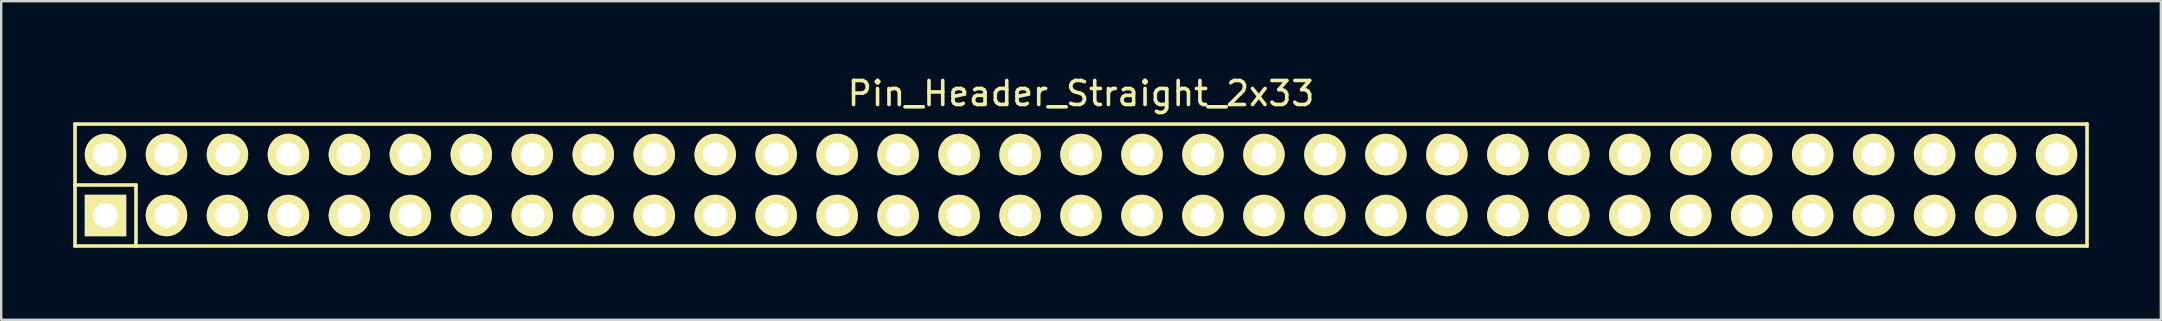
<source format=kicad_pcb>
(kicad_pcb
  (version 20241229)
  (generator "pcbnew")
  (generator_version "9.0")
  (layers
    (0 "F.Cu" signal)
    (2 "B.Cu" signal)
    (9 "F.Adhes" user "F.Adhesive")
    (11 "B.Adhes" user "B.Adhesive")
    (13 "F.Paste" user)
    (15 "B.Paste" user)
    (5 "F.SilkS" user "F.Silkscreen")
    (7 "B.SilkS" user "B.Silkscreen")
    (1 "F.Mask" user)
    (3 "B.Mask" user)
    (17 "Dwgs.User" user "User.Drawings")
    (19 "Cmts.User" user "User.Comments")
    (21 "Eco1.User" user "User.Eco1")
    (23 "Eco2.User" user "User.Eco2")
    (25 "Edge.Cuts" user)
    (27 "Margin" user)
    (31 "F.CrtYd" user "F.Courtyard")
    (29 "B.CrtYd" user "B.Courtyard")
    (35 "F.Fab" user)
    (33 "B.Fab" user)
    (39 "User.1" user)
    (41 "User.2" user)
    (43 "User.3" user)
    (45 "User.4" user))
  (footprint "Pin_Header_Straight_2x33"
    (layer "F.Cu")
    (at 41.985 4.658)
    (property "Reference" "Pin_Header_Straight_2x33" (at 0 -3.81 0) (layer "F.SilkS") (effects (font (size 1 1) (thickness 0.15))))
    (attr through_hole)
    (fp_line (start -41.91 -2.54) (end -41.91 0) (stroke (width 0.15) (type solid)) (layer "F.SilkS"))
    (fp_line (start -41.91 0) (end -39.37 0) (stroke (width 0.15) (type solid)) (layer "F.SilkS"))
    (fp_line (start -41.91 2.54) (end -41.91 0) (stroke (width 0.15) (type solid)) (layer "F.SilkS"))
    (fp_line (start -41.91 2.54) (end -39.37 2.54) (stroke (width 0.15) (type solid)) (layer "F.SilkS"))
    (fp_line (start -39.37 0) (end -39.37 2.54) (stroke (width 0.15) (type solid)) (layer "F.SilkS"))
    (fp_line (start -39.37 2.54) (end 41.91 2.54) (stroke (width 0.15) (type solid)) (layer "F.SilkS"))
    (fp_line (start 41.91 -2.54) (end -41.91 -2.54) (stroke (width 0.15) (type solid)) (layer "F.SilkS"))
    (fp_line (start 41.91 -2.54) (end 41.91 2.54) (stroke (width 0.15) (type solid)) (layer "F.SilkS"))
    (pad "1" thru_hole rect (at -40.64 1.27) (size 1.727 1.727) (drill 1.016) (layers "*.Cu" "*.Mask" "F.SilkS"))
    (pad "2" thru_hole oval (at -40.64 -1.27) (size 1.727 1.727) (drill 1.016) (layers "*.Cu" "*.Mask" "F.SilkS"))
    (pad "3" thru_hole oval (at -38.1 1.27) (size 1.727 1.727) (drill 1.016) (layers "*.Cu" "*.Mask" "F.SilkS"))
    (pad "4" thru_hole oval (at -38.1 -1.27) (size 1.727 1.727) (drill 1.016) (layers "*.Cu" "*.Mask" "F.SilkS"))
    (pad "5" thru_hole oval (at -35.56 1.27) (size 1.727 1.727) (drill 1.016) (layers "*.Cu" "*.Mask" "F.SilkS"))
    (pad "6" thru_hole oval (at -35.56 -1.27) (size 1.727 1.727) (drill 1.016) (layers "*.Cu" "*.Mask" "F.SilkS"))
    (pad "7" thru_hole oval (at -33.02 1.27) (size 1.727 1.727) (drill 1.016) (layers "*.Cu" "*.Mask" "F.SilkS"))
    (pad "8" thru_hole oval (at -33.02 -1.27) (size 1.727 1.727) (drill 1.016) (layers "*.Cu" "*.Mask" "F.SilkS"))
    (pad "9" thru_hole oval (at -30.48 1.27) (size 1.727 1.727) (drill 1.016) (layers "*.Cu" "*.Mask" "F.SilkS"))
    (pad "10" thru_hole oval (at -30.48 -1.27) (size 1.727 1.727) (drill 1.016) (layers "*.Cu" "*.Mask" "F.SilkS"))
    (pad "11" thru_hole oval (at -27.94 1.27) (size 1.727 1.727) (drill 1.016) (layers "*.Cu" "*.Mask" "F.SilkS"))
    (pad "12" thru_hole oval (at -27.94 -1.27) (size 1.727 1.727) (drill 1.016) (layers "*.Cu" "*.Mask" "F.SilkS"))
    (pad "13" thru_hole oval (at -25.4 1.27) (size 1.727 1.727) (drill 1.016) (layers "*.Cu" "*.Mask" "F.SilkS"))
    (pad "14" thru_hole oval (at -25.4 -1.27) (size 1.727 1.727) (drill 1.016) (layers "*.Cu" "*.Mask" "F.SilkS"))
    (pad "15" thru_hole oval (at -22.86 1.27) (size 1.727 1.727) (drill 1.016) (layers "*.Cu" "*.Mask" "F.SilkS"))
    (pad "16" thru_hole oval (at -22.86 -1.27) (size 1.727 1.727) (drill 1.016) (layers "*.Cu" "*.Mask" "F.SilkS"))
    (pad "17" thru_hole oval (at -20.32 1.27) (size 1.727 1.727) (drill 1.016) (layers "*.Cu" "*.Mask" "F.SilkS"))
    (pad "18" thru_hole oval (at -20.32 -1.27) (size 1.727 1.727) (drill 1.016) (layers "*.Cu" "*.Mask" "F.SilkS"))
    (pad "19" thru_hole oval (at -17.78 1.27) (size 1.727 1.727) (drill 1.016) (layers "*.Cu" "*.Mask" "F.SilkS"))
    (pad "20" thru_hole oval (at -17.78 -1.27) (size 1.727 1.727) (drill 1.016) (layers "*.Cu" "*.Mask" "F.SilkS"))
    (pad "21" thru_hole oval (at -15.24 1.27) (size 1.727 1.727) (drill 1.016) (layers "*.Cu" "*.Mask" "F.SilkS"))
    (pad "22" thru_hole oval (at -15.24 -1.27) (size 1.727 1.727) (drill 1.016) (layers "*.Cu" "*.Mask" "F.SilkS"))
    (pad "23" thru_hole oval (at -12.7 1.27) (size 1.727 1.727) (drill 1.016) (layers "*.Cu" "*.Mask" "F.SilkS"))
    (pad "24" thru_hole oval (at -12.7 -1.27) (size 1.727 1.727) (drill 1.016) (layers "*.Cu" "*.Mask" "F.SilkS"))
    (pad "25" thru_hole oval (at -10.16 1.27) (size 1.727 1.727) (drill 1.016) (layers "*.Cu" "*.Mask" "F.SilkS"))
    (pad "26" thru_hole oval (at -10.16 -1.27) (size 1.727 1.727) (drill 1.016) (layers "*.Cu" "*.Mask" "F.SilkS"))
    (pad "27" thru_hole oval (at -7.62 1.27) (size 1.727 1.727) (drill 1.016) (layers "*.Cu" "*.Mask" "F.SilkS"))
    (pad "28" thru_hole oval (at -7.62 -1.27) (size 1.727 1.727) (drill 1.016) (layers "*.Cu" "*.Mask" "F.SilkS"))
    (pad "29" thru_hole oval (at -5.08 1.27) (size 1.727 1.727) (drill 1.016) (layers "*.Cu" "*.Mask" "F.SilkS"))
    (pad "30" thru_hole oval (at -5.08 -1.27) (size 1.727 1.727) (drill 1.016) (layers "*.Cu" "*.Mask" "F.SilkS"))
    (pad "31" thru_hole oval (at -2.54 1.27) (size 1.727 1.727) (drill 1.016) (layers "*.Cu" "*.Mask" "F.SilkS"))
    (pad "32" thru_hole oval (at -2.54 -1.27) (size 1.727 1.727) (drill 1.016) (layers "*.Cu" "*.Mask" "F.SilkS"))
    (pad "33" thru_hole oval (at 0 1.27) (size 1.727 1.727) (drill 1.016) (layers "*.Cu" "*.Mask" "F.SilkS"))
    (pad "34" thru_hole oval (at 0 -1.27) (size 1.727 1.727) (drill 1.016) (layers "*.Cu" "*.Mask" "F.SilkS"))
    (pad "35" thru_hole oval (at 2.54 1.27) (size 1.727 1.727) (drill 1.016) (layers "*.Cu" "*.Mask" "F.SilkS"))
    (pad "36" thru_hole oval (at 2.54 -1.27) (size 1.727 1.727) (drill 1.016) (layers "*.Cu" "*.Mask" "F.SilkS"))
    (pad "37" thru_hole oval (at 5.08 1.27) (size 1.727 1.727) (drill 1.016) (layers "*.Cu" "*.Mask" "F.SilkS"))
    (pad "38" thru_hole oval (at 5.08 -1.27) (size 1.727 1.727) (drill 1.016) (layers "*.Cu" "*.Mask" "F.SilkS"))
    (pad "39" thru_hole oval (at 7.62 1.27) (size 1.727 1.727) (drill 1.016) (layers "*.Cu" "*.Mask" "F.SilkS"))
    (pad "40" thru_hole oval (at 7.62 -1.27) (size 1.727 1.727) (drill 1.016) (layers "*.Cu" "*.Mask" "F.SilkS"))
    (pad "41" thru_hole oval (at 10.16 1.27) (size 1.727 1.727) (drill 1.016) (layers "*.Cu" "*.Mask" "F.SilkS"))
    (pad "42" thru_hole oval (at 10.16 -1.27) (size 1.727 1.727) (drill 1.016) (layers "*.Cu" "*.Mask" "F.SilkS"))
    (pad "43" thru_hole oval (at 12.7 1.27) (size 1.727 1.727) (drill 1.016) (layers "*.Cu" "*.Mask" "F.SilkS"))
    (pad "44" thru_hole oval (at 12.7 -1.27) (size 1.727 1.727) (drill 1.016) (layers "*.Cu" "*.Mask" "F.SilkS"))
    (pad "45" thru_hole oval (at 15.24 1.27) (size 1.727 1.727) (drill 1.016) (layers "*.Cu" "*.Mask" "F.SilkS"))
    (pad "46" thru_hole oval (at 15.24 -1.27) (size 1.727 1.727) (drill 1.016) (layers "*.Cu" "*.Mask" "F.SilkS"))
    (pad "47" thru_hole oval (at 17.78 1.27) (size 1.727 1.727) (drill 1.016) (layers "*.Cu" "*.Mask" "F.SilkS"))
    (pad "48" thru_hole oval (at 17.78 -1.27) (size 1.727 1.727) (drill 1.016) (layers "*.Cu" "*.Mask" "F.SilkS"))
    (pad "49" thru_hole oval (at 20.32 1.27) (size 1.727 1.727) (drill 1.016) (layers "*.Cu" "*.Mask" "F.SilkS"))
    (pad "50" thru_hole oval (at 20.32 -1.27) (size 1.727 1.727) (drill 1.016) (layers "*.Cu" "*.Mask" "F.SilkS"))
    (pad "51" thru_hole oval (at 22.86 1.27) (size 1.727 1.727) (drill 1.016) (layers "*.Cu" "*.Mask" "F.SilkS"))
    (pad "52" thru_hole oval (at 22.86 -1.27) (size 1.727 1.727) (drill 1.016) (layers "*.Cu" "*.Mask" "F.SilkS"))
    (pad "53" thru_hole oval (at 25.4 1.27) (size 1.727 1.727) (drill 1.016) (layers "*.Cu" "*.Mask" "F.SilkS"))
    (pad "54" thru_hole oval (at 25.4 -1.27) (size 1.727 1.727) (drill 1.016) (layers "*.Cu" "*.Mask" "F.SilkS"))
    (pad "55" thru_hole oval (at 27.94 1.27) (size 1.727 1.727) (drill 1.016) (layers "*.Cu" "*.Mask" "F.SilkS"))
    (pad "56" thru_hole oval (at 27.94 -1.27) (size 1.727 1.727) (drill 1.016) (layers "*.Cu" "*.Mask" "F.SilkS"))
    (pad "57" thru_hole oval (at 30.48 1.27) (size 1.727 1.727) (drill 1.016) (layers "*.Cu" "*.Mask" "F.SilkS"))
    (pad "58" thru_hole oval (at 30.48 -1.27) (size 1.727 1.727) (drill 1.016) (layers "*.Cu" "*.Mask" "F.SilkS"))
    (pad "59" thru_hole oval (at 33.02 1.27) (size 1.727 1.727) (drill 1.016) (layers "*.Cu" "*.Mask" "F.SilkS"))
    (pad "60" thru_hole oval (at 33.02 -1.27) (size 1.727 1.727) (drill 1.016) (layers "*.Cu" "*.Mask" "F.SilkS"))
    (pad "61" thru_hole oval (at 35.56 1.27) (size 1.727 1.727) (drill 1.016) (layers "*.Cu" "*.Mask" "F.SilkS"))
    (pad "62" thru_hole oval (at 35.56 -1.27) (size 1.727 1.727) (drill 1.016) (layers "*.Cu" "*.Mask" "F.SilkS"))
    (pad "63" thru_hole oval (at 38.1 1.27) (size 1.727 1.727) (drill 1.016) (layers "*.Cu" "*.Mask" "F.SilkS"))
    (pad "64" thru_hole oval (at 38.1 -1.27) (size 1.727 1.727) (drill 1.016) (layers "*.Cu" "*.Mask" "F.SilkS"))
    (pad "65" thru_hole oval (at 40.64 1.27) (size 1.727 1.727) (drill 1.016) (layers "*.Cu" "*.Mask" "F.SilkS"))
    (pad "66" thru_hole oval (at 40.64 -1.27) (size 1.727 1.727) (drill 1.016) (layers "*.Cu" "*.Mask" "F.SilkS")))
  (gr_rect
    (start -3 -3)
    (end 86.97 10.273)
    (stroke (width 0.1) (type default))
    (fill no)
    (layer "Edge.Cuts")))
</source>
